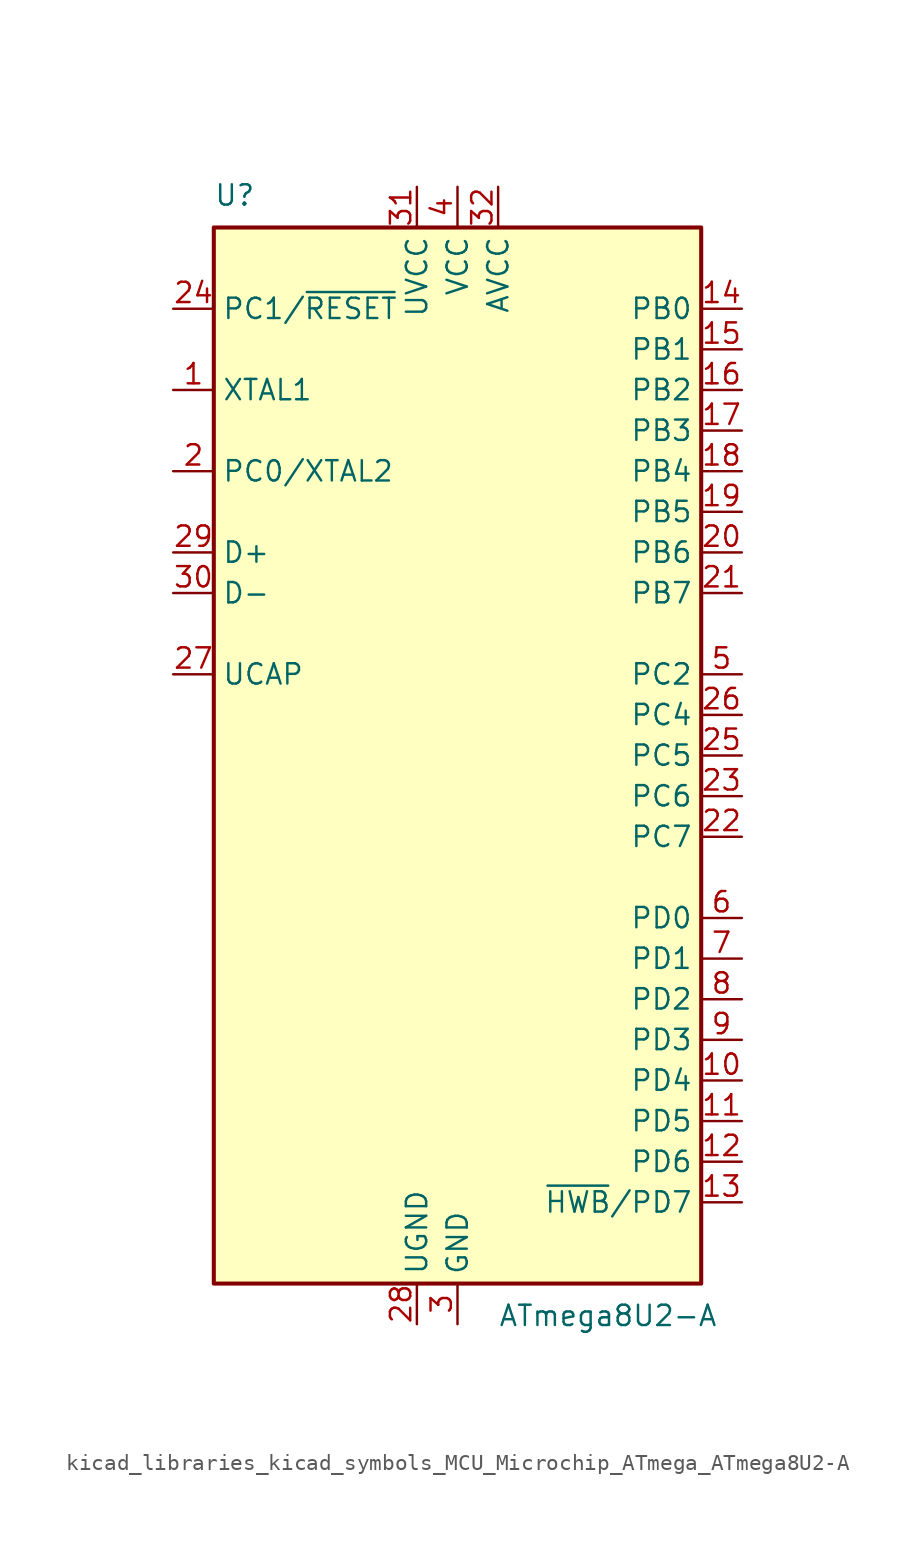
<source format=kicad_sym>
(kicad_symbol_lib
  (version 20220914)
  (generator kicad_symbol_editor)
  (symbol "kicad_libraries_kicad_symbols_MCU_Microchip_ATmega_ATmega8U2-A"
    (property "Reference" "U"
      (at -15.24 34.29 0)
      (effects (font (size 1.27 1.27)) (justify left bottom)))
    (property "Value" "ATmega8U2-A"
      (at 2.54 -34.29 0)
      (effects (font (size 1.27 1.27)) (justify left top)))
    (symbol "kicad_libraries_kicad_symbols_MCU_Microchip_ATmega_ATmega8U2-A_0_1"
      (rectangle (start -15.24 -33.02) (end 15.24 33.02) (stroke (width 0.254) (type default)) (fill (type background))))
    (symbol "kicad_libraries_kicad_symbols_MCU_Microchip_ATmega_ATmega8U2-A_1_1"
      (pin input line (at -17.78 22.86 0) (length 2.54) (name "XTAL1" (effects (font (size 1.27 1.27)))) (number "1" (effects (font (size 1.27 1.27)))))
      (pin bidirectional line (at 17.78 -20.32 180) (length 2.54) (name "PD4" (effects (font (size 1.27 1.27)))) (number "10" (effects (font (size 1.27 1.27)))))
      (pin bidirectional line (at 17.78 -22.86 180) (length 2.54) (name "PD5" (effects (font (size 1.27 1.27)))) (number "11" (effects (font (size 1.27 1.27)))))
      (pin bidirectional line (at 17.78 -25.4 180) (length 2.54) (name "PD6" (effects (font (size 1.27 1.27)))) (number "12" (effects (font (size 1.27 1.27)))))
      (pin bidirectional line (at 17.78 -27.94 180) (length 2.54) (name "~{HWB}/PD7" (effects (font (size 1.27 1.27)))) (number "13" (effects (font (size 1.27 1.27)))))
      (pin bidirectional line (at 17.78 27.94 180) (length 2.54) (name "PB0" (effects (font (size 1.27 1.27)))) (number "14" (effects (font (size 1.27 1.27)))))
      (pin bidirectional line (at 17.78 25.4 180) (length 2.54) (name "PB1" (effects (font (size 1.27 1.27)))) (number "15" (effects (font (size 1.27 1.27)))))
      (pin bidirectional line (at 17.78 22.86 180) (length 2.54) (name "PB2" (effects (font (size 1.27 1.27)))) (number "16" (effects (font (size 1.27 1.27)))))
      (pin bidirectional line (at 17.78 20.32 180) (length 2.54) (name "PB3" (effects (font (size 1.27 1.27)))) (number "17" (effects (font (size 1.27 1.27)))))
      (pin bidirectional line (at 17.78 17.78 180) (length 2.54) (name "PB4" (effects (font (size 1.27 1.27)))) (number "18" (effects (font (size 1.27 1.27)))))
      (pin bidirectional line (at 17.78 15.24 180) (length 2.54) (name "PB5" (effects (font (size 1.27 1.27)))) (number "19" (effects (font (size 1.27 1.27)))))
      (pin bidirectional line (at -17.78 17.78 0) (length 2.54) (name "PC0/XTAL2" (effects (font (size 1.27 1.27)))) (number "2" (effects (font (size 1.27 1.27)))))
      (pin bidirectional line (at 17.78 12.7 180) (length 2.54) (name "PB6" (effects (font (size 1.27 1.27)))) (number "20" (effects (font (size 1.27 1.27)))))
      (pin bidirectional line (at 17.78 10.16 180) (length 2.54) (name "PB7" (effects (font (size 1.27 1.27)))) (number "21" (effects (font (size 1.27 1.27)))))
      (pin bidirectional line (at 17.78 -5.08 180) (length 2.54) (name "PC7" (effects (font (size 1.27 1.27)))) (number "22" (effects (font (size 1.27 1.27)))))
      (pin bidirectional line (at 17.78 -2.54 180) (length 2.54) (name "PC6" (effects (font (size 1.27 1.27)))) (number "23" (effects (font (size 1.27 1.27)))))
      (pin bidirectional line (at -17.78 27.94 0) (length 2.54) (name "PC1/~{RESET}" (effects (font (size 1.27 1.27)))) (number "24" (effects (font (size 1.27 1.27)))))
      (pin bidirectional line (at 17.78 0 180) (length 2.54) (name "PC5" (effects (font (size 1.27 1.27)))) (number "25" (effects (font (size 1.27 1.27)))))
      (pin bidirectional line (at 17.78 2.54 180) (length 2.54) (name "PC4" (effects (font (size 1.27 1.27)))) (number "26" (effects (font (size 1.27 1.27)))))
      (pin passive line (at -17.78 5.08 0) (length 2.54) (name "UCAP" (effects (font (size 1.27 1.27)))) (number "27" (effects (font (size 1.27 1.27)))))
      (pin power_in line (at -2.54 -35.56 90) (length 2.54) (name "UGND" (effects (font (size 1.27 1.27)))) (number "28" (effects (font (size 1.27 1.27)))))
      (pin bidirectional line (at -17.78 12.7 0) (length 2.54) (name "D+" (effects (font (size 1.27 1.27)))) (number "29" (effects (font (size 1.27 1.27)))))
      (pin power_in line (at 0 -35.56 90) (length 2.54) (name "GND" (effects (font (size 1.27 1.27)))) (number "3" (effects (font (size 1.27 1.27)))))
      (pin bidirectional line (at -17.78 10.16 0) (length 2.54) (name "D-" (effects (font (size 1.27 1.27)))) (number "30" (effects (font (size 1.27 1.27)))))
      (pin power_in line (at -2.54 35.56 270) (length 2.54) (name "UVCC" (effects (font (size 1.27 1.27)))) (number "31" (effects (font (size 1.27 1.27)))))
      (pin power_in line (at 2.54 35.56 270) (length 2.54) (name "AVCC" (effects (font (size 1.27 1.27)))) (number "32" (effects (font (size 1.27 1.27)))))
      (pin power_in line (at 0 35.56 270) (length 2.54) (name "VCC" (effects (font (size 1.27 1.27)))) (number "4" (effects (font (size 1.27 1.27)))))
      (pin bidirectional line (at 17.78 5.08 180) (length 2.54) (name "PC2" (effects (font (size 1.27 1.27)))) (number "5" (effects (font (size 1.27 1.27)))))
      (pin bidirectional line (at 17.78 -10.16 180) (length 2.54) (name "PD0" (effects (font (size 1.27 1.27)))) (number "6" (effects (font (size 1.27 1.27)))))
      (pin bidirectional line (at 17.78 -12.7 180) (length 2.54) (name "PD1" (effects (font (size 1.27 1.27)))) (number "7" (effects (font (size 1.27 1.27)))))
      (pin bidirectional line (at 17.78 -15.24 180) (length 2.54) (name "PD2" (effects (font (size 1.27 1.27)))) (number "8" (effects (font (size 1.27 1.27)))))
      (pin bidirectional line (at 17.78 -17.78 180) (length 2.54) (name "PD3" (effects (font (size 1.27 1.27)))) (number "9" (effects (font (size 1.27 1.27))))))))
</source>
